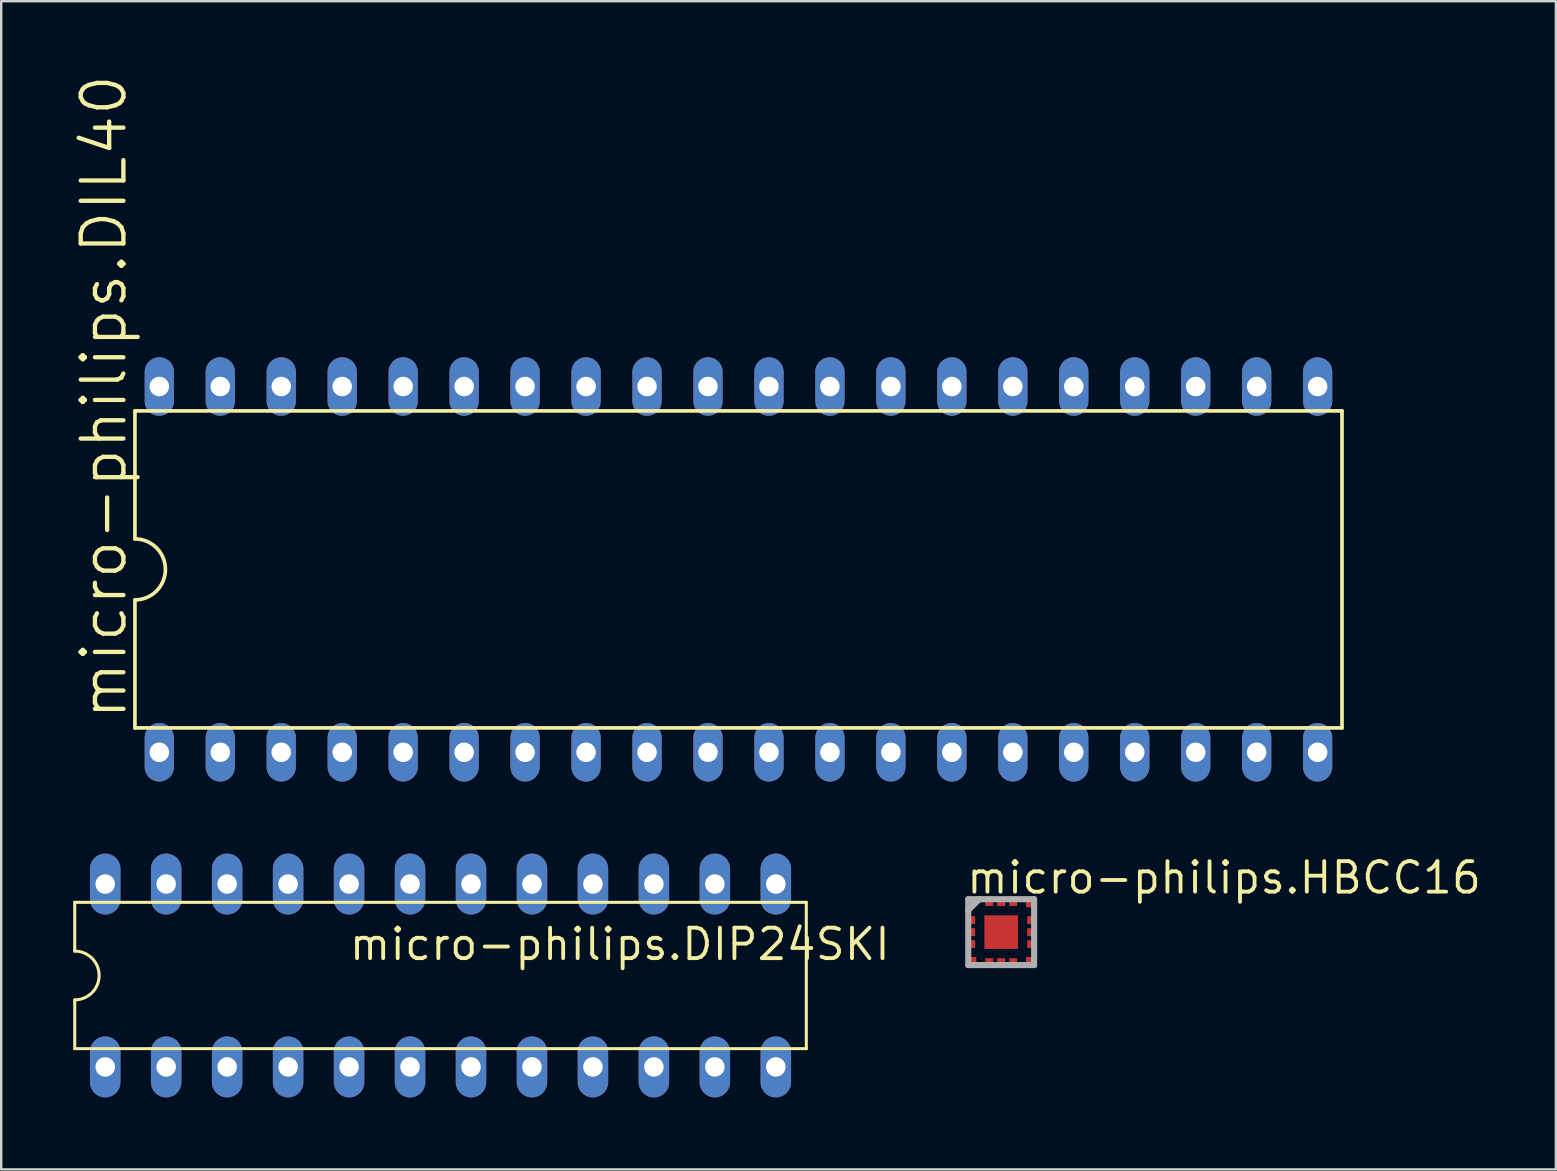
<source format=kicad_pcb>
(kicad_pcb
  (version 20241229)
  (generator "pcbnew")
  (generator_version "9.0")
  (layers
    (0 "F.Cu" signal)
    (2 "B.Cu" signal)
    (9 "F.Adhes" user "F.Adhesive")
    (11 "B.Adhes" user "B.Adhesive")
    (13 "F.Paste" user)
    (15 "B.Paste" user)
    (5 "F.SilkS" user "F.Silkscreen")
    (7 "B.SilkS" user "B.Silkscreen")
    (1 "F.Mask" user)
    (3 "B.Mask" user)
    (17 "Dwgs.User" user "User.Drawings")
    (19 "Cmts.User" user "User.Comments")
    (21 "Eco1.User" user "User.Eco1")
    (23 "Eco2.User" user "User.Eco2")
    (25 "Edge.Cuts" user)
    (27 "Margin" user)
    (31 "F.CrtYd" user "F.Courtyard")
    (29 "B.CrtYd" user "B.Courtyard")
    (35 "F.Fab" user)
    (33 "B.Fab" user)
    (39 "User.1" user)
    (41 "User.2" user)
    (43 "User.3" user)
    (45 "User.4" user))
  (footprint "micro-philips.HBCC16"
    (layer "F.Cu")
    (at 38.664 35.787)
    (property "Reference" "micro-philips.HBCC16" (at -1.524 -1.524 0) (layer "F.SilkS") (effects (font (size 1.27 1.27) (thickness 0.16)) (justify left bottom)))
    (attr smd)
    (fp_rect (start -1.465 -0.985) (end -0.985 -1.465) (stroke (width 0.05) (type default)) (fill yes) (layer "F.Mask"))
    (fp_rect (start -1.465 -0.285) (end -1.035 -0.715) (stroke (width 0.05) (type default)) (fill yes) (layer "F.Mask"))
    (fp_rect (start -1.465 0.215) (end -1.035 -0.215) (stroke (width 0.05) (type default)) (fill yes) (layer "F.Mask"))
    (fp_rect (start -1.465 0.715) (end -1.035 0.285) (stroke (width 0.05) (type default)) (fill yes) (layer "F.Mask"))
    (fp_rect (start -1.465 1.465) (end -0.985 0.985) (stroke (width 0.05) (type default)) (fill yes) (layer "F.Mask"))
    (fp_rect (start -0.875 0.875) (end 0.875 -0.875) (stroke (width 0.05) (type default)) (fill yes) (layer "F.Mask"))
    (fp_rect (start -0.715 -1.035) (end -0.285 -1.465) (stroke (width 0.05) (type default)) (fill yes) (layer "F.Mask"))
    (fp_rect (start -0.715 1.465) (end -0.285 1.035) (stroke (width 0.05) (type default)) (fill yes) (layer "F.Mask"))
    (fp_rect (start -0.215 -1.035) (end 0.215 -1.465) (stroke (width 0.05) (type default)) (fill yes) (layer "F.Mask"))
    (fp_rect (start -0.215 1.465) (end 0.215 1.035) (stroke (width 0.05) (type default)) (fill yes) (layer "F.Mask"))
    (fp_rect (start 0.285 -1.035) (end 0.715 -1.465) (stroke (width 0.05) (type default)) (fill yes) (layer "F.Mask"))
    (fp_rect (start 0.285 1.465) (end 0.715 1.035) (stroke (width 0.05) (type default)) (fill yes) (layer "F.Mask"))
    (fp_rect (start 0.985 -0.985) (end 1.465 -1.465) (stroke (width 0.05) (type default)) (fill yes) (layer "F.Mask"))
    (fp_rect (start 0.985 1.465) (end 1.465 0.985) (stroke (width 0.05) (type default)) (fill yes) (layer "F.Mask"))
    (fp_rect (start 1.035 -0.285) (end 1.465 -0.715) (stroke (width 0.05) (type default)) (fill yes) (layer "F.Mask"))
    (fp_rect (start 1.035 0.215) (end 1.465 -0.215) (stroke (width 0.05) (type default)) (fill yes) (layer "F.Mask"))
    (fp_rect (start 1.035 0.715) (end 1.465 0.285) (stroke (width 0.05) (type default)) (fill yes) (layer "F.Mask"))
    (fp_rect (start -1.365 -1.085) (end -1.085 -1.365) (stroke (width 0.05) (type default)) (fill yes) (layer "F.Paste"))
    (fp_rect (start -1.365 -0.385) (end -1.135 -0.615) (stroke (width 0.05) (type default)) (fill yes) (layer "F.Paste"))
    (fp_rect (start -1.365 0.115) (end -1.135 -0.115) (stroke (width 0.05) (type default)) (fill yes) (layer "F.Paste"))
    (fp_rect (start -1.365 0.615) (end -1.135 0.385) (stroke (width 0.05) (type default)) (fill yes) (layer "F.Paste"))
    (fp_rect (start -1.365 1.365) (end -1.085 1.085) (stroke (width 0.05) (type default)) (fill yes) (layer "F.Paste"))
    (fp_rect (start -0.615 -1.135) (end -0.385 -1.365) (stroke (width 0.05) (type default)) (fill yes) (layer "F.Paste"))
    (fp_rect (start -0.615 1.365) (end -0.385 1.135) (stroke (width 0.05) (type default)) (fill yes) (layer "F.Paste"))
    (fp_rect (start -0.115 -1.135) (end 0.115 -1.365) (stroke (width 0.05) (type default)) (fill yes) (layer "F.Paste"))
    (fp_rect (start -0.115 1.365) (end 0.115 1.135) (stroke (width 0.05) (type default)) (fill yes) (layer "F.Paste"))
    (fp_rect (start 0.385 -1.135) (end 0.615 -1.365) (stroke (width 0.05) (type default)) (fill yes) (layer "F.Paste"))
    (fp_rect (start 0.385 1.365) (end 0.615 1.135) (stroke (width 0.05) (type default)) (fill yes) (layer "F.Paste"))
    (fp_rect (start 1.085 -1.085) (end 1.365 -1.365) (stroke (width 0.05) (type default)) (fill yes) (layer "F.Paste"))
    (fp_rect (start 1.085 1.365) (end 1.365 1.085) (stroke (width 0.05) (type default)) (fill yes) (layer "F.Paste"))
    (fp_rect (start 1.135 -0.385) (end 1.365 -0.615) (stroke (width 0.05) (type default)) (fill yes) (layer "F.Paste"))
    (fp_rect (start 1.135 0.115) (end 1.365 -0.115) (stroke (width 0.05) (type default)) (fill yes) (layer "F.Paste"))
    (fp_rect (start 1.135 0.615) (end 1.365 0.385) (stroke (width 0.05) (type default)) (fill yes) (layer "F.Paste"))
    (fp_poly (pts (xy -0.55 0) (xy -0.45 0.1) (xy -0.3 0.1) (xy -0.2 0) (xy -0.3 -0.1) (xy -0.45 -0.1)) (stroke (width 0.1) (type default)) (fill yes) (layer "F.Paste"))
    (fp_poly (pts (xy -0.5 -0.5) (xy -0.5 -0.35) (xy -0.35 -0.2) (xy -0.2 -0.2) (xy -0.2 -0.35) (xy -0.35 -0.5)) (stroke (width 0.1) (type default)) (fill yes) (layer "F.Paste"))
    (fp_poly (pts (xy -0.5 0.5) (xy -0.35 0.5) (xy -0.2 0.35) (xy -0.2 0.2) (xy -0.35 0.2) (xy -0.5 0.35)) (stroke (width 0.1) (type default)) (fill yes) (layer "F.Paste"))
    (fp_poly (pts (xy 0 -0.55) (xy -0.1 -0.45) (xy -0.1 -0.3) (xy 0 -0.2) (xy 0.1 -0.3) (xy 0.1 -0.45)) (stroke (width 0.1) (type default)) (fill yes) (layer "F.Paste"))
    (fp_poly (pts (xy 0 0.55) (xy 0.1 0.45) (xy 0.1 0.3) (xy 0 0.2) (xy -0.1 0.3) (xy -0.1 0.45)) (stroke (width 0.1) (type default)) (fill yes) (layer "F.Paste"))
    (fp_poly (pts (xy 0.5 -0.5) (xy 0.35 -0.5) (xy 0.2 -0.35) (xy 0.2 -0.2) (xy 0.35 -0.2) (xy 0.5 -0.35)) (stroke (width 0.1) (type default)) (fill yes) (layer "F.Paste"))
    (fp_poly (pts (xy 0.5 0.5) (xy 0.5 0.35) (xy 0.35 0.2) (xy 0.2 0.2) (xy 0.2 0.35) (xy 0.35 0.5)) (stroke (width 0.1) (type default)) (fill yes) (layer "F.Paste"))
    (fp_poly (pts (xy 0.55 0) (xy 0.45 -0.1) (xy 0.3 -0.1) (xy 0.2 0) (xy 0.3 0.1) (xy 0.45 0.1)) (stroke (width 0.1) (type default)) (fill yes) (layer "F.Paste"))
    (fp_line (start -1.372 -1.372) (end -0.914 -1.372) (stroke (width 0.254) (type default)) (layer "F.Fab"))
    (fp_line (start -1.372 -0.914) (end -1.372 -1.372) (stroke (width 0.254) (type default)) (layer "F.Fab"))
    (fp_line (start -1.372 -0.914) (end -0.914 -1.372) (stroke (width 0.254) (type default)) (layer "F.Fab"))
    (fp_line (start -1.372 1.372) (end -1.372 -0.914) (stroke (width 0.254) (type default)) (layer "F.Fab"))
    (fp_line (start -0.914 -1.372) (end 1.372 -1.372) (stroke (width 0.254) (type default)) (layer "F.Fab"))
    (fp_line (start 1.372 -1.372) (end 1.372 1.372) (stroke (width 0.254) (type default)) (layer "F.Fab"))
    (fp_line (start 1.372 1.372) (end -1.372 1.372) (stroke (width 0.254) (type default)) (layer "F.Fab"))
    (pad "1" smd roundrect (at -1.225 -1.225) (size 0.38 0.38) (layers "F.Cu" "F.Mask" "F.Paste") (roundrect_rratio 0.2))
    (pad "2" smd roundrect (at -1.25 -0.5 90) (size 0.33 0.33) (layers "F.Cu" "F.Mask" "F.Paste") (roundrect_rratio 0.01))
    (pad "3" smd roundrect (at -1.25 0 90) (size 0.33 0.33) (layers "F.Cu" "F.Mask" "F.Paste") (roundrect_rratio 0.01))
    (pad "4" smd roundrect (at -1.25 0.5 90) (size 0.33 0.33) (layers "F.Cu" "F.Mask" "F.Paste") (roundrect_rratio 0.01))
    (pad "5" smd roundrect (at -1.225 1.225) (size 0.38 0.38) (layers "F.Cu" "F.Mask" "F.Paste") (roundrect_rratio 0.01))
    (pad "6" smd roundrect (at -0.5 1.25 180) (size 0.33 0.33) (layers "F.Cu" "F.Mask" "F.Paste") (roundrect_rratio 0.01))
    (pad "7" smd roundrect (at 0 1.25 180) (size 0.33 0.33) (layers "F.Cu" "F.Mask" "F.Paste") (roundrect_rratio 0.01))
    (pad "8" smd roundrect (at 0.5 1.25 180) (size 0.33 0.33) (layers "F.Cu" "F.Mask" "F.Paste") (roundrect_rratio 0.01))
    (pad "9" smd roundrect (at 1.225 1.225) (size 0.38 0.38) (layers "F.Cu" "F.Mask" "F.Paste") (roundrect_rratio 0.01))
    (pad "10" smd roundrect (at 1.25 0.5 270) (size 0.33 0.33) (layers "F.Cu" "F.Mask" "F.Paste") (roundrect_rratio 0.01))
    (pad "11" smd roundrect (at 1.25 0 270) (size 0.33 0.33) (layers "F.Cu" "F.Mask" "F.Paste") (roundrect_rratio 0.01))
    (pad "12" smd roundrect (at 1.25 -0.5 270) (size 0.33 0.33) (layers "F.Cu" "F.Mask" "F.Paste") (roundrect_rratio 0.01))
    (pad "13" smd roundrect (at 1.225 -1.225) (size 0.38 0.38) (layers "F.Cu" "F.Mask" "F.Paste") (roundrect_rratio 0.01))
    (pad "14" smd roundrect (at 0.5 -1.25) (size 0.33 0.33) (layers "F.Cu" "F.Mask" "F.Paste") (roundrect_rratio 0.01))
    (pad "15" smd roundrect (at 0 -1.25) (size 0.33 0.33) (layers "F.Cu" "F.Mask" "F.Paste") (roundrect_rratio 0.01))
    (pad "16" smd roundrect (at -0.5 -1.25) (size 0.33 0.33) (layers "F.Cu" "F.Mask" "F.Paste") (roundrect_rratio 0.01))
    (pad "C" smd roundrect (at 0 0) (size 1.4 1.4) (layers "F.Cu" "F.Mask" "F.Paste") (roundrect_rratio 0.01)))
  (footprint "micro-philips.DIP24SKI"
    (layer "F.Cu")
    (at 12.764 37.593)
    (property "Reference" "micro-philips.DIP24SKI" (at -1.346 -0.559 0) (layer "F.SilkS") (effects (font (size 1.27 1.27) (thickness 0.16)) (justify left bottom)))
    (attr through_hole)
    (fp_line (start -12.7 -3.048) (end -12.7 -1.016) (stroke (width 0.127) (type default)) (layer "F.SilkS"))
    (fp_line (start -12.7 3.048) (end -12.7 1.016) (stroke (width 0.127) (type default)) (layer "F.SilkS"))
    (fp_line (start -12.7 3.048) (end 17.78 3.048) (stroke (width 0.127) (type default)) (layer "F.SilkS"))
    (fp_line (start 17.78 -3.048) (end -12.7 -3.048) (stroke (width 0.127) (type default)) (layer "F.SilkS"))
    (fp_line (start 17.78 3.048) (end 17.78 -3.048) (stroke (width 0.127) (type default)) (layer "F.SilkS"))
    (fp_arc (start -12.7 -1.016) (mid -11.684 0) (end -12.7 1.016) (stroke (width 0.127) (type default)) (layer "F.SilkS"))
    (pad "1" thru_hole oval (at -11.43 3.81 90) (size 2.54 1.27) (drill 0.813) (layers "*.Cu" "*.Mask"))
    (pad "2" thru_hole oval (at -8.89 3.81 90) (size 2.54 1.27) (drill 0.813) (layers "*.Cu" "*.Mask"))
    (pad "3" thru_hole oval (at -6.35 3.81 90) (size 2.54 1.27) (drill 0.813) (layers "*.Cu" "*.Mask"))
    (pad "4" thru_hole oval (at -3.81 3.81 90) (size 2.54 1.27) (drill 0.813) (layers "*.Cu" "*.Mask"))
    (pad "5" thru_hole oval (at -1.27 3.81 90) (size 2.54 1.27) (drill 0.813) (layers "*.Cu" "*.Mask"))
    (pad "6" thru_hole oval (at 1.27 3.81 90) (size 2.54 1.27) (drill 0.813) (layers "*.Cu" "*.Mask"))
    (pad "7" thru_hole oval (at 3.81 3.81 90) (size 2.54 1.27) (drill 0.813) (layers "*.Cu" "*.Mask"))
    (pad "8" thru_hole oval (at 6.35 3.81 90) (size 2.54 1.27) (drill 0.813) (layers "*.Cu" "*.Mask"))
    (pad "9" thru_hole oval (at 8.89 3.81 90) (size 2.54 1.27) (drill 0.813) (layers "*.Cu" "*.Mask"))
    (pad "10" thru_hole oval (at 11.43 3.81 90) (size 2.54 1.27) (drill 0.813) (layers "*.Cu" "*.Mask"))
    (pad "11" thru_hole oval (at 13.97 3.81 90) (size 2.54 1.27) (drill 0.813) (layers "*.Cu" "*.Mask"))
    (pad "12" thru_hole oval (at 16.51 3.81 90) (size 2.54 1.27) (drill 0.813) (layers "*.Cu" "*.Mask"))
    (pad "13" thru_hole oval (at 16.51 -3.81 90) (size 2.54 1.27) (drill 0.813) (layers "*.Cu" "*.Mask"))
    (pad "14" thru_hole oval (at 13.97 -3.81 90) (size 2.54 1.27) (drill 0.813) (layers "*.Cu" "*.Mask"))
    (pad "15" thru_hole oval (at 11.43 -3.81 90) (size 2.54 1.27) (drill 0.813) (layers "*.Cu" "*.Mask"))
    (pad "16" thru_hole oval (at 8.89 -3.81 90) (size 2.54 1.27) (drill 0.813) (layers "*.Cu" "*.Mask"))
    (pad "17" thru_hole oval (at 6.35 -3.81 90) (size 2.54 1.27) (drill 0.813) (layers "*.Cu" "*.Mask"))
    (pad "18" thru_hole oval (at 3.81 -3.81 90) (size 2.54 1.27) (drill 0.813) (layers "*.Cu" "*.Mask"))
    (pad "19" thru_hole oval (at 1.27 -3.81 90) (size 2.54 1.27) (drill 0.813) (layers "*.Cu" "*.Mask"))
    (pad "20" thru_hole oval (at -1.27 -3.81 90) (size 2.54 1.27) (drill 0.813) (layers "*.Cu" "*.Mask"))
    (pad "21" thru_hole oval (at -3.81 -3.81 90) (size 2.54 1.27) (drill 0.813) (layers "*.Cu" "*.Mask"))
    (pad "22" thru_hole oval (at -6.35 -3.81 90) (size 2.54 1.27) (drill 0.813) (layers "*.Cu" "*.Mask"))
    (pad "23" thru_hole oval (at -8.89 -3.81 90) (size 2.54 1.27) (drill 0.813) (layers "*.Cu" "*.Mask"))
    (pad "24" thru_hole oval (at -11.43 -3.81 90) (size 2.54 1.27) (drill 0.813) (layers "*.Cu" "*.Mask")))
  (footprint "micro-philips.DIL40"
    (layer "F.Cu")
    (at 27.718 20.674)
    (property "Reference" "micro-philips.DIL40" (at -25.4 6.35 90) (layer "F.SilkS") (effects (font (size 1.778 1.778) (thickness 0.18)) (justify left bottom)))
    (attr through_hole)
    (fp_line (start -25.146 -6.604) (end -25.146 -1.27) (stroke (width 0.152) (type default)) (layer "F.SilkS"))
    (fp_line (start -25.146 -6.604) (end 25.146 -6.604) (stroke (width 0.152) (type default)) (layer "F.SilkS"))
    (fp_line (start -25.146 1.27) (end -25.146 6.604) (stroke (width 0.152) (type default)) (layer "F.SilkS"))
    (fp_line (start -25.146 6.604) (end 25.146 6.604) (stroke (width 0.152) (type default)) (layer "F.SilkS"))
    (fp_line (start 25.146 6.604) (end 25.146 -6.604) (stroke (width 0.152) (type default)) (layer "F.SilkS"))
    (fp_arc (start -25.146 -1.27) (mid -23.876 0) (end -25.146 1.27) (stroke (width 0.1524) (type default)) (layer "F.SilkS"))
    (pad "1" thru_hole oval (at -24.13 7.62 90) (size 2.438 1.219) (drill 0.813) (layers "*.Cu" "*.Mask"))
    (pad "2" thru_hole oval (at -21.59 7.62 90) (size 2.438 1.219) (drill 0.813) (layers "*.Cu" "*.Mask"))
    (pad "3" thru_hole oval (at -19.05 7.62 90) (size 2.438 1.219) (drill 0.813) (layers "*.Cu" "*.Mask"))
    (pad "4" thru_hole oval (at -16.51 7.62 90) (size 2.438 1.219) (drill 0.813) (layers "*.Cu" "*.Mask"))
    (pad "5" thru_hole oval (at -13.97 7.62 90) (size 2.438 1.219) (drill 0.813) (layers "*.Cu" "*.Mask"))
    (pad "6" thru_hole oval (at -11.43 7.62 90) (size 2.438 1.219) (drill 0.813) (layers "*.Cu" "*.Mask"))
    (pad "7" thru_hole oval (at -8.89 7.62 90) (size 2.438 1.219) (drill 0.813) (layers "*.Cu" "*.Mask"))
    (pad "8" thru_hole oval (at -6.35 7.62 90) (size 2.438 1.219) (drill 0.813) (layers "*.Cu" "*.Mask"))
    (pad "9" thru_hole oval (at -3.81 7.62 90) (size 2.438 1.219) (drill 0.813) (layers "*.Cu" "*.Mask"))
    (pad "10" thru_hole oval (at -1.27 7.62 90) (size 2.438 1.219) (drill 0.813) (layers "*.Cu" "*.Mask"))
    (pad "11" thru_hole oval (at 1.27 7.62 90) (size 2.438 1.219) (drill 0.813) (layers "*.Cu" "*.Mask"))
    (pad "12" thru_hole oval (at 3.81 7.62 90) (size 2.438 1.219) (drill 0.813) (layers "*.Cu" "*.Mask"))
    (pad "13" thru_hole oval (at 6.35 7.62 90) (size 2.438 1.219) (drill 0.813) (layers "*.Cu" "*.Mask"))
    (pad "14" thru_hole oval (at 8.89 7.62 90) (size 2.438 1.219) (drill 0.813) (layers "*.Cu" "*.Mask"))
    (pad "15" thru_hole oval (at 11.43 7.62 90) (size 2.438 1.219) (drill 0.813) (layers "*.Cu" "*.Mask"))
    (pad "16" thru_hole oval (at 13.97 7.62 90) (size 2.438 1.219) (drill 0.813) (layers "*.Cu" "*.Mask"))
    (pad "17" thru_hole oval (at 16.51 7.62 90) (size 2.438 1.219) (drill 0.813) (layers "*.Cu" "*.Mask"))
    (pad "18" thru_hole oval (at 19.05 7.62 90) (size 2.438 1.219) (drill 0.813) (layers "*.Cu" "*.Mask"))
    (pad "19" thru_hole oval (at 21.59 7.62 90) (size 2.438 1.219) (drill 0.813) (layers "*.Cu" "*.Mask"))
    (pad "20" thru_hole oval (at 24.13 7.62 90) (size 2.438 1.219) (drill 0.813) (layers "*.Cu" "*.Mask"))
    (pad "21" thru_hole oval (at 24.13 -7.62 90) (size 2.438 1.219) (drill 0.813) (layers "*.Cu" "*.Mask"))
    (pad "22" thru_hole oval (at 21.59 -7.62 90) (size 2.438 1.219) (drill 0.813) (layers "*.Cu" "*.Mask"))
    (pad "23" thru_hole oval (at 19.05 -7.62 90) (size 2.438 1.219) (drill 0.813) (layers "*.Cu" "*.Mask"))
    (pad "24" thru_hole oval (at 16.51 -7.62 90) (size 2.438 1.219) (drill 0.813) (layers "*.Cu" "*.Mask"))
    (pad "25" thru_hole oval (at 13.97 -7.62 90) (size 2.438 1.219) (drill 0.813) (layers "*.Cu" "*.Mask"))
    (pad "26" thru_hole oval (at 11.43 -7.62 90) (size 2.438 1.219) (drill 0.813) (layers "*.Cu" "*.Mask"))
    (pad "27" thru_hole oval (at 8.89 -7.62 90) (size 2.438 1.219) (drill 0.813) (layers "*.Cu" "*.Mask"))
    (pad "28" thru_hole oval (at 6.35 -7.62 90) (size 2.438 1.219) (drill 0.813) (layers "*.Cu" "*.Mask"))
    (pad "29" thru_hole oval (at 3.81 -7.62 90) (size 2.438 1.219) (drill 0.813) (layers "*.Cu" "*.Mask"))
    (pad "30" thru_hole oval (at 1.27 -7.62 90) (size 2.438 1.219) (drill 0.813) (layers "*.Cu" "*.Mask"))
    (pad "31" thru_hole oval (at -1.27 -7.62 90) (size 2.438 1.219) (drill 0.813) (layers "*.Cu" "*.Mask"))
    (pad "32" thru_hole oval (at -3.81 -7.62 90) (size 2.438 1.219) (drill 0.813) (layers "*.Cu" "*.Mask"))
    (pad "33" thru_hole oval (at -6.35 -7.62 90) (size 2.438 1.219) (drill 0.813) (layers "*.Cu" "*.Mask"))
    (pad "34" thru_hole oval (at -8.89 -7.62 90) (size 2.438 1.219) (drill 0.813) (layers "*.Cu" "*.Mask"))
    (pad "35" thru_hole oval (at -11.43 -7.62 90) (size 2.438 1.219) (drill 0.813) (layers "*.Cu" "*.Mask"))
    (pad "36" thru_hole oval (at -13.97 -7.62 90) (size 2.438 1.219) (drill 0.813) (layers "*.Cu" "*.Mask"))
    (pad "37" thru_hole oval (at -16.51 -7.62 90) (size 2.438 1.219) (drill 0.813) (layers "*.Cu" "*.Mask"))
    (pad "38" thru_hole oval (at -19.05 -7.62 90) (size 2.438 1.219) (drill 0.813) (layers "*.Cu" "*.Mask"))
    (pad "39" thru_hole oval (at -21.59 -7.62 90) (size 2.438 1.219) (drill 0.813) (layers "*.Cu" "*.Mask"))
    (pad "40" thru_hole oval (at -24.13 -7.62 90) (size 2.438 1.219) (drill 0.813) (layers "*.Cu" "*.Mask")))
  (gr_rect
    (start -3 -3)
    (end 61.775 45.673)
    (stroke (width 0.1) (type default))
    (fill no)
    (layer "Edge.Cuts")))
</source>
